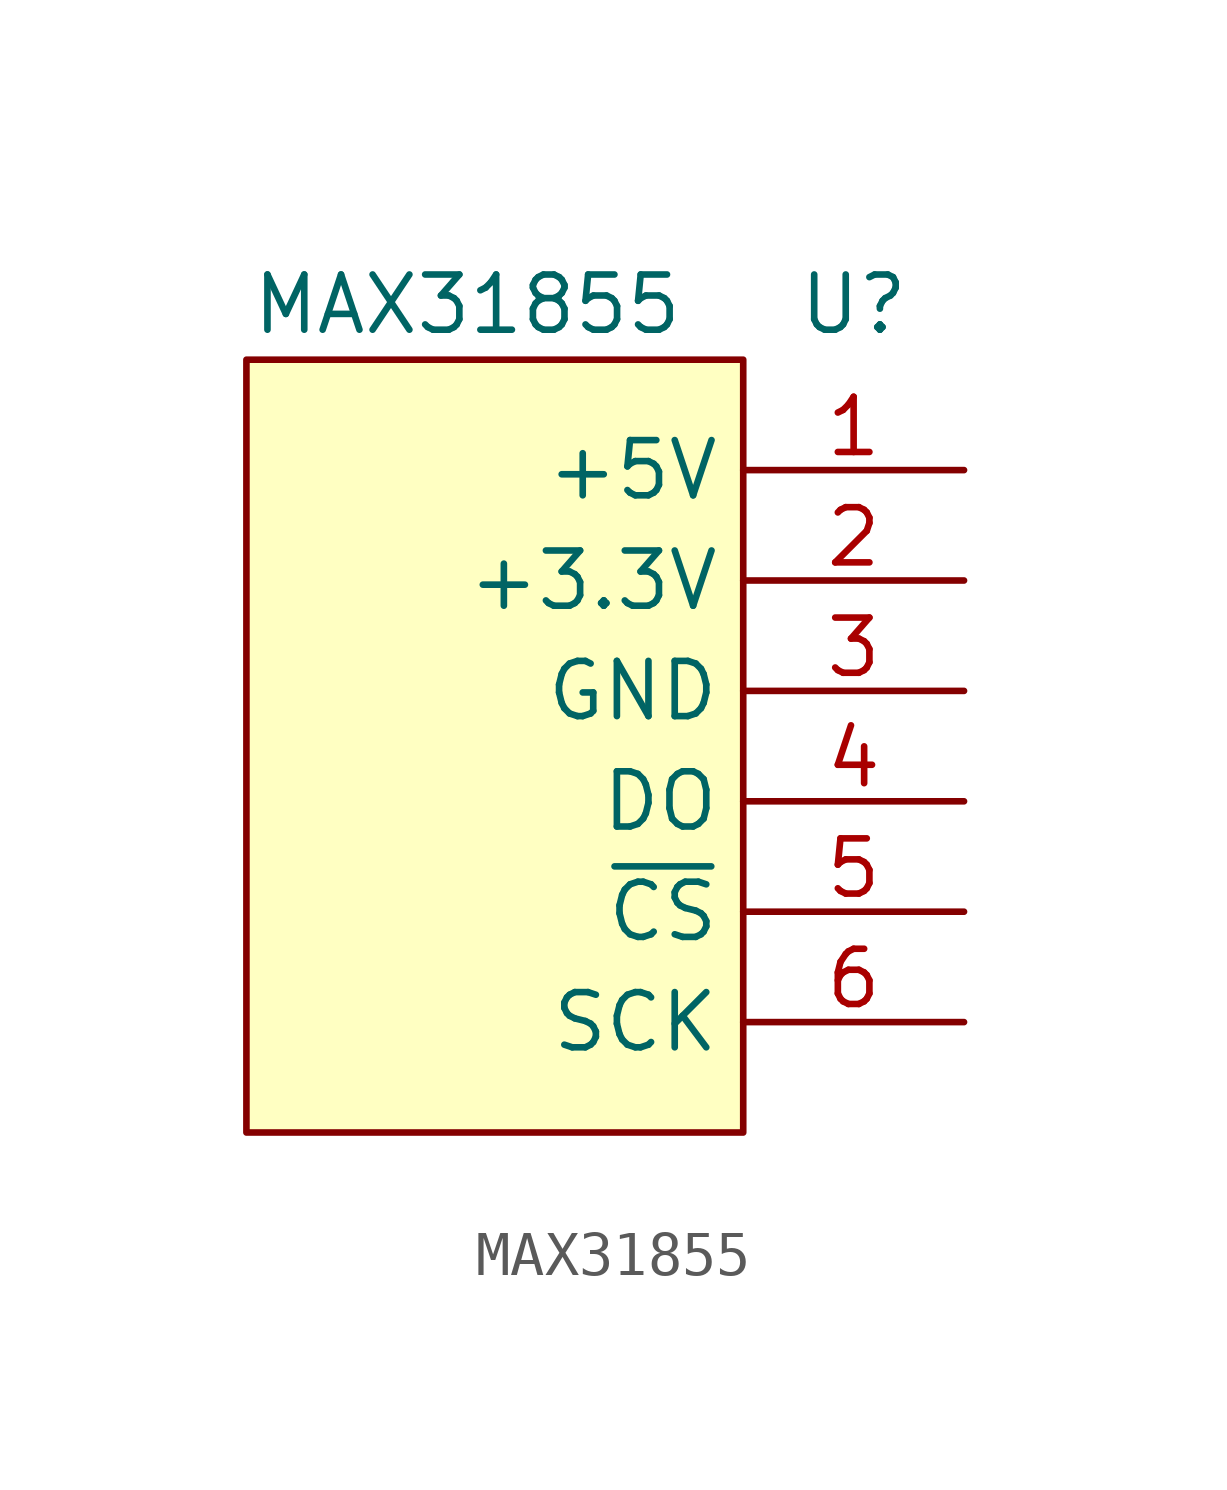
<source format=kicad_sym>
(kicad_symbol_lib
  (version 20220914)
  (generator kicad_symbol_editor)
  (symbol "MAX31855"
    (property "Reference" "U"
      (at 0 0 0)
      (effects (font (size 1.27 1.27))))
    (property "Value" "MAX31855"
      (at -8.89 0 0)
      (effects (font (size 1.27 1.27))))
    (symbol "MAX31855_1_1"
      (rectangle (start -13.97 -1.27) (end -2.54 -19.05) (stroke (width 0) (type default)) (fill (type background)))
      (pin power_in line (at 2.54 -3.81 180) (length 5.08) (name "+5V" (effects (font (size 1.27 1.27)))) (number "1" (effects (font (size 1.27 1.27)))))
      (pin power_in line (at 2.54 -6.35 180) (length 5.08) (name "+3.3V" (effects (font (size 1.27 1.27)))) (number "2" (effects (font (size 1.27 1.27)))))
      (pin input line (at 2.54 -8.89 180) (length 5.08) (name "GND" (effects (font (size 1.27 1.27)))) (number "3" (effects (font (size 1.27 1.27)))))
      (pin bidirectional line (at 2.54 -11.43 180) (length 5.08) (name "DO" (effects (font (size 1.27 1.27)))) (number "4" (effects (font (size 1.27 1.27)))))
      (pin input line (at 2.54 -13.97 180) (length 5.08) (name "~{CS}" (effects (font (size 1.27 1.27)))) (number "5" (effects (font (size 1.27 1.27)))))
      (pin input line (at 2.54 -16.51 180) (length 5.08) (name "SCK" (effects (font (size 1.27 1.27)))) (number "6" (effects (font (size 1.27 1.27))))))))
</source>
